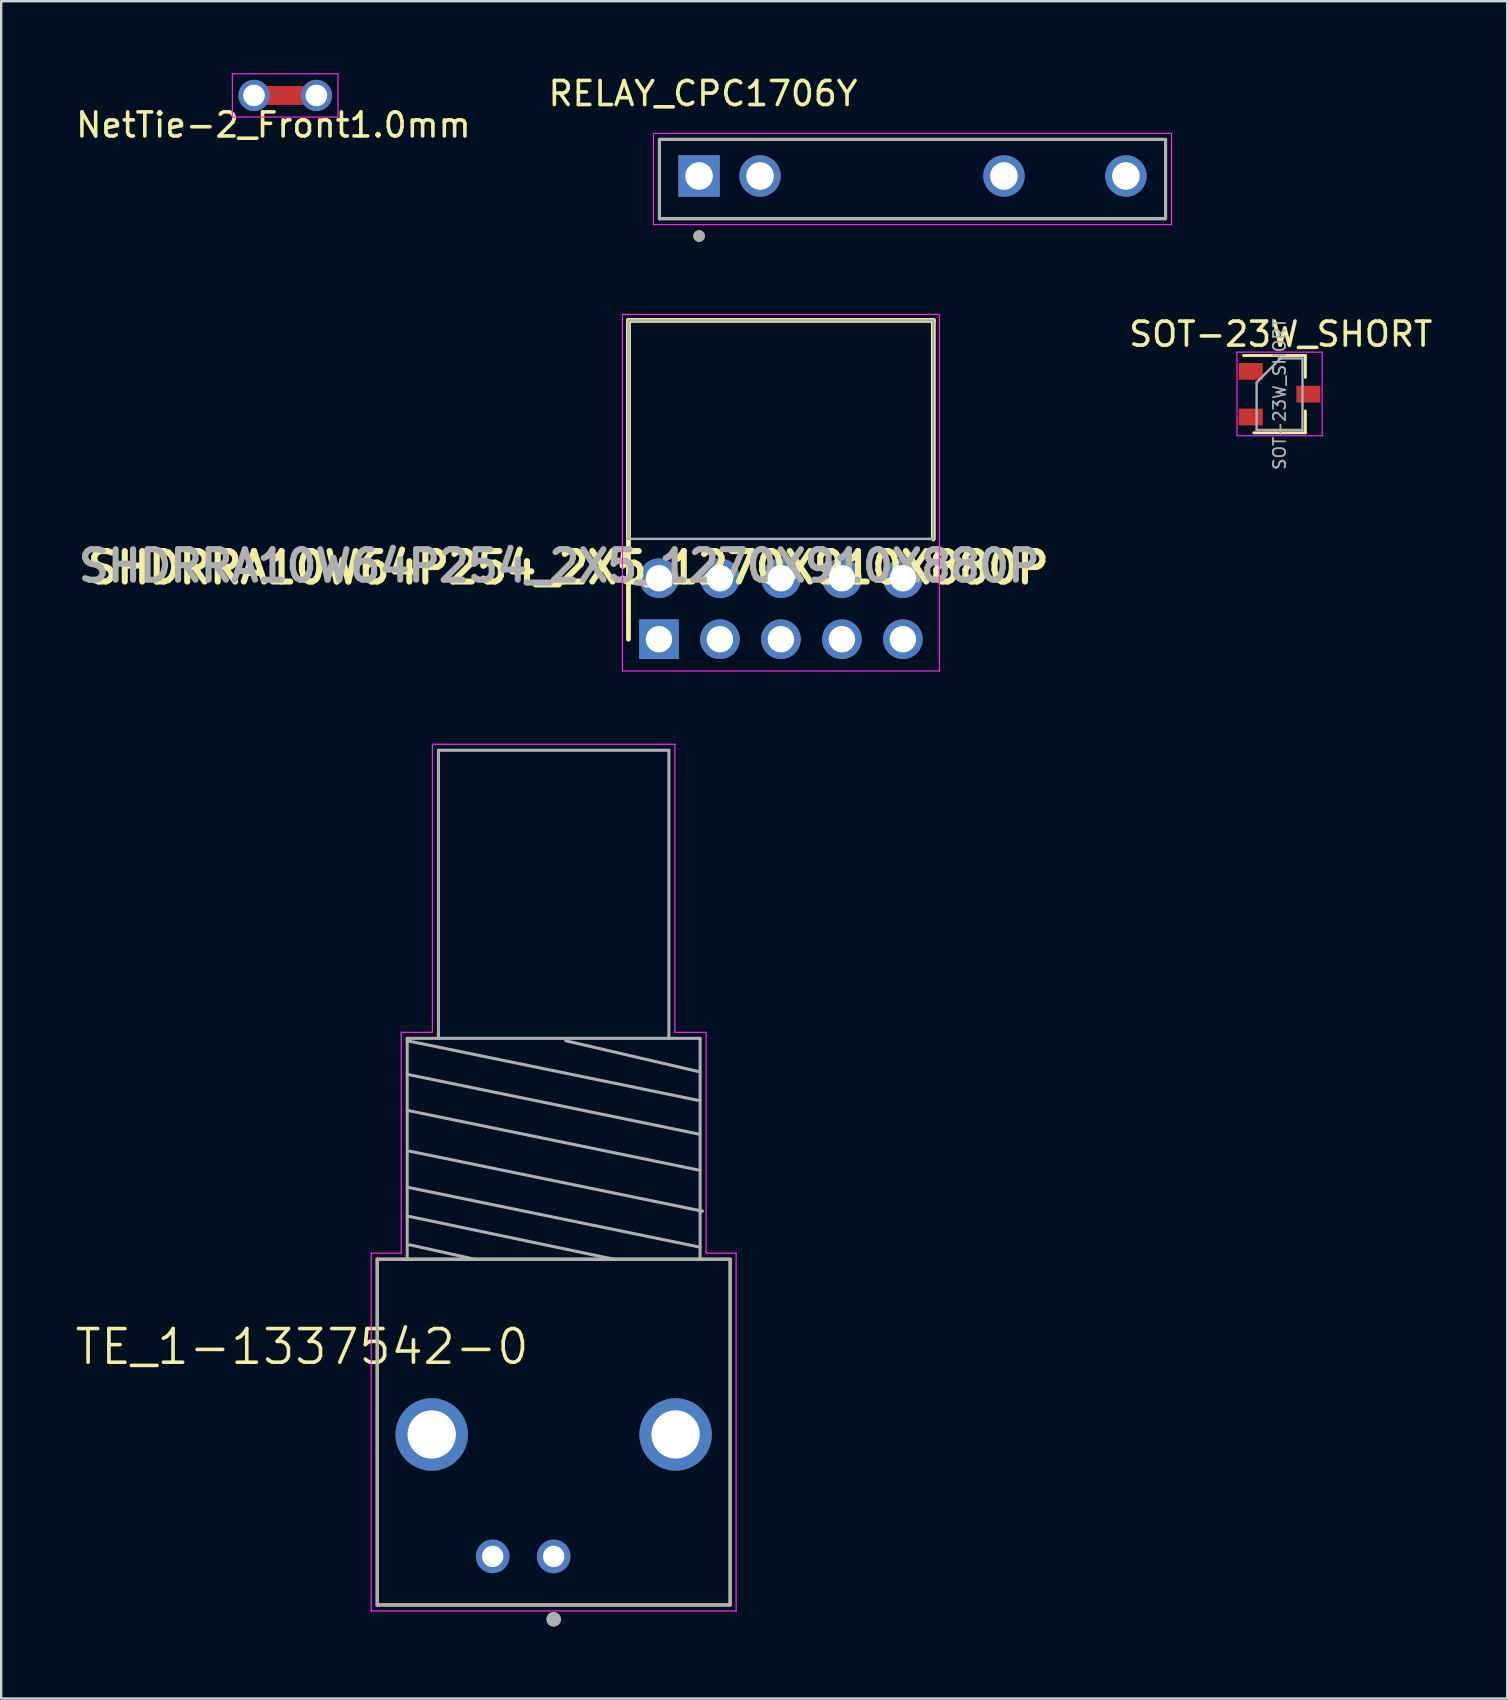
<source format=kicad_pcb>
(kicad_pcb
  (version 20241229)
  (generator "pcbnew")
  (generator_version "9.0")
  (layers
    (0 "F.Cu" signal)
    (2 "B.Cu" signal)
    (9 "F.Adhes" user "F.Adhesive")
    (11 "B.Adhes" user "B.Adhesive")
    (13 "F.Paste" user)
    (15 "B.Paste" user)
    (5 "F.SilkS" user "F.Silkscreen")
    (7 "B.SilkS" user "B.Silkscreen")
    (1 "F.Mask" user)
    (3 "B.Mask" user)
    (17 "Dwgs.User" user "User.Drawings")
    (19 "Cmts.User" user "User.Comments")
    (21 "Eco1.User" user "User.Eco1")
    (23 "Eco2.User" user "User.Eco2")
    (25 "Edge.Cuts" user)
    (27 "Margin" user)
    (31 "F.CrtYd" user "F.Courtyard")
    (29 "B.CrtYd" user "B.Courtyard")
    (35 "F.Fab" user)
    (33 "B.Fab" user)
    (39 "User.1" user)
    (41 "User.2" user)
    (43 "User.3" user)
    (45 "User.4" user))
  (footprint "SOT-23W_SHORT"
    (layer "F.Cu")
    (at 50.248 13.369)
    (property "Reference" "SOT-23W_SHORT" (at 0.05 -2.5 0) (layer "F.SilkS") (effects (font (size 1 1) (thickness 0.15))))
    (attr smd)
    (fp_line (start -1.5 -1.61) (end 1.075 -1.61) (stroke (width 0.12) (type solid)) (layer "F.SilkS"))
    (fp_line (start -1.075 1.61) (end 1.075 1.61) (stroke (width 0.12) (type solid)) (layer "F.SilkS"))
    (fp_line (start 1.075 -1.61) (end 1.075 -0.7) (stroke (width 0.12) (type solid)) (layer "F.SilkS"))
    (fp_line (start 1.075 0.7) (end 1.075 1.61) (stroke (width 0.12) (type solid)) (layer "F.SilkS"))
    (fp_line (start -1.775 -1.75) (end 1.775 -1.75) (stroke (width 0.05) (type solid)) (layer "F.CrtYd"))
    (fp_line (start -1.775 1.73) (end -1.775 -1.75) (stroke (width 0.05) (type solid)) (layer "F.CrtYd"))
    (fp_line (start 1.775 -1.75) (end 1.775 1.73) (stroke (width 0.05) (type solid)) (layer "F.CrtYd"))
    (fp_line (start 1.775 1.73) (end -1.775 1.73) (stroke (width 0.05) (type solid)) (layer "F.CrtYd"))
    (fp_line (start -0.955 -0.49) (end -0.955 1.49) (stroke (width 0.1) (type solid)) (layer "F.Fab"))
    (fp_line (start -0.955 -0.49) (end 0.045 -1.49) (stroke (width 0.1) (type solid)) (layer "F.Fab"))
    (fp_line (start -0.955 1.49) (end 0.955 1.49) (stroke (width 0.1) (type solid)) (layer "F.Fab"))
    (fp_line (start 0.045 -1.49) (end 0.955 -1.49) (stroke (width 0.1) (type solid)) (layer "F.Fab"))
    (fp_line (start 0.955 -1.49) (end 0.955 1.49) (stroke (width 0.1) (type solid)) (layer "F.Fab"))
    (fp_text user "${REFERENCE}" (at 0 0 90) (layer "F.Fab") (effects (font (size 0.5 0.5) (thickness 0.075))))
    (pad "1" smd rect (at -1.2 -0.95) (size 1 0.7) (layers "F.Cu" "F.Mask" "F.Paste"))
    (pad "2" smd rect (at -1.2 0.95) (size 1 0.7) (layers "F.Cu" "F.Mask" "F.Paste"))
    (pad "3" smd rect (at 1.2 0) (size 1 0.7) (layers "F.Cu" "F.Mask" "F.Paste")))
  (footprint "NetTie-2_Front1.0mm"
    (layer "F.Cu")
    (at 7.53 0.925)
    (property "Reference" "NetTie-2_Front1.0mm" (at 0.809 1.231 0) (layer "F.SilkS") (effects (font (size 1 1) (thickness 0.15))))
    (attr exclude_from_pos_files)
    (fp_poly (pts (xy 0 -0.396) (xy 2.6 -0.396) (xy 2.6 0.396) (xy 0 0.396)) (stroke (width 0) (type solid)) (fill yes) (layer "F.Cu"))
    (fp_line (start -0.9 -0.9) (end 3.5 -0.9) (stroke (width 0.05) (type solid)) (layer "F.CrtYd"))
    (fp_line (start -0.9 0.9) (end -0.9 -0.9) (stroke (width 0.05) (type solid)) (layer "F.CrtYd"))
    (fp_line (start 3.5 -0.9) (end 3.5 0.9) (stroke (width 0.05) (type solid)) (layer "F.CrtYd"))
    (fp_line (start 3.5 0.9) (end -0.9 0.9) (stroke (width 0.05) (type solid)) (layer "F.CrtYd"))
    (pad "1" thru_hole circle (at 0 0) (size 1.3 1.3) (drill 0.9) (layers "*.Cu"))
    (pad "2" thru_hole circle (at 2.6 0) (size 1.3 1.3) (drill 0.9) (layers "*.Cu")))
  (footprint "SHDRRA10W64P254_2X5_1270X910X880P"
    (layer "F.Cu")
    (at 24.398 23.576)
    (property "Reference" "SHDRRA10W64P254_2X5_1270X910X880P" (at -3.775 -2.978 0) (layer "F.SilkS") (effects (font (size 1.27 1.27) (thickness 0.254))))
    (attr through_hole)
    (fp_line (start -1.27 -13.28) (end 11.43 -13.28) (stroke (width 0.2) (type solid)) (layer "F.SilkS"))
    (fp_line (start -1.27 0) (end -1.27 -13.28) (stroke (width 0.2) (type solid)) (layer "F.SilkS"))
    (fp_line (start 11.43 -13.28) (end 11.43 -4.18) (stroke (width 0.2) (type solid)) (layer "F.SilkS"))
    (fp_line (start -1.52 -13.53) (end -1.52 1.325) (stroke (width 0.05) (type solid)) (layer "F.CrtYd"))
    (fp_line (start -1.52 1.325) (end 11.68 1.325) (stroke (width 0.05) (type solid)) (layer "F.CrtYd"))
    (fp_line (start 11.68 -13.53) (end -1.52 -13.53) (stroke (width 0.05) (type solid)) (layer "F.CrtYd"))
    (fp_line (start 11.68 1.325) (end 11.68 -13.53) (stroke (width 0.05) (type solid)) (layer "F.CrtYd"))
    (fp_line (start -1.27 -13.28) (end 11.43 -13.28) (stroke (width 0.1) (type solid)) (layer "F.Fab"))
    (fp_line (start -1.27 -4.18) (end -1.27 -13.28) (stroke (width 0.1) (type solid)) (layer "F.Fab"))
    (fp_line (start 11.43 -13.28) (end 11.43 -4.18) (stroke (width 0.1) (type solid)) (layer "F.Fab"))
    (fp_line (start 11.43 -4.18) (end -1.27 -4.18) (stroke (width 0.1) (type solid)) (layer "F.Fab"))
    (fp_text user "${REFERENCE}" (at -4.156 -3.054 0) (layer "F.Fab") (effects (font (size 1.27 1.27) (thickness 0.254))))
    (pad "1" thru_hole rect (at 0 0) (size 1.65 1.65) (drill 1.1) (layers "*.Cu" "*.Mask"))
    (pad "2" thru_hole circle (at 0 -2.54) (size 1.65 1.65) (drill 1.1) (layers "*.Cu" "*.Mask"))
    (pad "3" thru_hole circle (at 2.54 0) (size 1.65 1.65) (drill 1.1) (layers "*.Cu" "*.Mask"))
    (pad "4" thru_hole circle (at 2.54 -2.54) (size 1.65 1.65) (drill 1.1) (layers "*.Cu" "*.Mask"))
    (pad "5" thru_hole circle (at 5.08 0) (size 1.65 1.65) (drill 1.1) (layers "*.Cu" "*.Mask"))
    (pad "6" thru_hole circle (at 5.08 -2.54) (size 1.65 1.65) (drill 1.1) (layers "*.Cu" "*.Mask"))
    (pad "7" thru_hole circle (at 7.62 0) (size 1.65 1.65) (drill 1.1) (layers "*.Cu" "*.Mask"))
    (pad "8" thru_hole circle (at 7.62 -2.54) (size 1.65 1.65) (drill 1.1) (layers "*.Cu" "*.Mask"))
    (pad "9" thru_hole circle (at 10.16 0) (size 1.65 1.65) (drill 1.1) (layers "*.Cu" "*.Mask"))
    (pad "10" thru_hole circle (at 10.16 -2.54) (size 1.65 1.65) (drill 1.1) (layers "*.Cu" "*.Mask")))
  (footprint "RELAY_CPC1706Y"
    (layer "F.Cu")
    (at 26.069 4.281)
    (property "Reference" "RELAY_CPC1706Y" (at 0.163 -3.433 0) (layer "F.SilkS") (effects (font (size 1 1) (thickness 0.15))))
    (attr through_hole)
    (fp_line (start -1.651 -1.524) (end 19.431 -1.524) (stroke (width 0.127) (type solid)) (layer "F.SilkS"))
    (fp_line (start -1.651 1.778) (end -1.651 -1.524) (stroke (width 0.127) (type solid)) (layer "F.SilkS"))
    (fp_line (start 19.431 -1.524) (end 19.431 1.778) (stroke (width 0.127) (type solid)) (layer "F.SilkS"))
    (fp_line (start 19.431 1.778) (end -1.651 1.778) (stroke (width 0.127) (type solid)) (layer "F.SilkS"))
    (fp_circle (center 0 2.5) (end 0.12 2.5) (stroke (width 0.24) (type solid)) (fill no) (layer "F.SilkS"))
    (fp_line (start -1.901 -1.774) (end 19.681 -1.774) (stroke (width 0.05) (type solid)) (layer "F.CrtYd"))
    (fp_line (start -1.901 2.028) (end -1.901 -1.774) (stroke (width 0.05) (type solid)) (layer "F.CrtYd"))
    (fp_line (start 19.681 -1.774) (end 19.681 2.028) (stroke (width 0.05) (type solid)) (layer "F.CrtYd"))
    (fp_line (start 19.681 2.028) (end -1.901 2.028) (stroke (width 0.05) (type solid)) (layer "F.CrtYd"))
    (fp_line (start -1.651 -1.524) (end 19.431 -1.524) (stroke (width 0.127) (type solid)) (layer "F.Fab"))
    (fp_line (start -1.651 1.778) (end -1.651 -1.524) (stroke (width 0.127) (type solid)) (layer "F.Fab"))
    (fp_line (start 19.431 -1.524) (end 19.431 1.778) (stroke (width 0.127) (type solid)) (layer "F.Fab"))
    (fp_line (start 19.431 1.778) (end -1.651 1.778) (stroke (width 0.127) (type solid)) (layer "F.Fab"))
    (fp_circle (center 0 2.5) (end 0.12 2.5) (stroke (width 0.24) (type solid)) (fill no) (layer "F.Fab"))
    (pad "1" thru_hole rect (at 0 0) (size 1.725 1.725) (drill 1.15) (layers "*.Cu" "*.Mask"))
    (pad "2" thru_hole circle (at 2.54 0) (size 1.725 1.725) (drill 1.15) (layers "*.Cu" "*.Mask"))
    (pad "3" thru_hole circle (at 12.7 0) (size 1.725 1.725) (drill 1.15) (layers "*.Cu" "*.Mask"))
    (pad "4" thru_hole circle (at 17.78 0) (size 1.725 1.725) (drill 1.15) (layers "*.Cu" "*.Mask")))
  (footprint "TE_1-1337542-0"
    (layer "F.Cu")
    (at 20.012 56.701)
    (property "Reference" "TE_1-1337542-0" (at -10.48 -3.65 180) (layer "F.SilkS") (effects (font (size 1.402 1.402) (thickness 0.15))))
    (attr through_hole)
    (fp_line (start -7.35 -7.3) (end -6.1 -7.3) (stroke (width 0.127) (type solid)) (layer "F.SilkS"))
    (fp_line (start -7.35 7.1) (end -7.35 -7.3) (stroke (width 0.127) (type solid)) (layer "F.SilkS"))
    (fp_line (start -6.1 -7.3) (end 6.1 -7.3) (stroke (width 0.127) (type solid)) (layer "F.SilkS"))
    (fp_line (start 6.1 -7.3) (end 7.35 -7.3) (stroke (width 0.127) (type solid)) (layer "F.SilkS"))
    (fp_line (start 7.35 -7.3) (end 7.35 7.1) (stroke (width 0.127) (type solid)) (layer "F.SilkS"))
    (fp_line (start 7.35 7.1) (end -7.35 7.1) (stroke (width 0.127) (type solid)) (layer "F.SilkS"))
    (fp_circle (center 0 7.7) (end 0.15 7.7) (stroke (width 0.3) (type solid)) (fill no) (layer "F.SilkS"))
    (fp_line (start -7.6 -7.55) (end -6.35 -7.55) (stroke (width 0.05) (type solid)) (layer "F.CrtYd"))
    (fp_line (start -7.6 7.35) (end -7.6 -7.55) (stroke (width 0.05) (type solid)) (layer "F.CrtYd"))
    (fp_line (start -6.35 -16.75) (end -5.05 -16.75) (stroke (width 0.05) (type solid)) (layer "F.CrtYd"))
    (fp_line (start -6.35 -7.55) (end -6.35 -16.75) (stroke (width 0.05) (type solid)) (layer "F.CrtYd"))
    (fp_line (start -5.05 -28.75) (end 5.05 -28.75) (stroke (width 0.05) (type solid)) (layer "F.CrtYd"))
    (fp_line (start -5.05 -16.75) (end -5.05 -28.75) (stroke (width 0.05) (type solid)) (layer "F.CrtYd"))
    (fp_line (start 5.05 -28.75) (end 5.05 -16.75) (stroke (width 0.05) (type solid)) (layer "F.CrtYd"))
    (fp_line (start 5.05 -16.75) (end 6.35 -16.75) (stroke (width 0.05) (type solid)) (layer "F.CrtYd"))
    (fp_line (start 6.35 -16.75) (end 6.35 -7.55) (stroke (width 0.05) (type solid)) (layer "F.CrtYd"))
    (fp_line (start 6.35 -7.55) (end 7.6 -7.55) (stroke (width 0.05) (type solid)) (layer "F.CrtYd"))
    (fp_line (start 7.6 -7.55) (end 7.6 7.35) (stroke (width 0.05) (type solid)) (layer "F.CrtYd"))
    (fp_line (start 7.6 7.35) (end -7.6 7.35) (stroke (width 0.05) (type solid)) (layer "F.CrtYd"))
    (fp_line (start -7.35 -7.3) (end -3.3 -7.3) (stroke (width 0.127) (type solid)) (layer "F.Fab"))
    (fp_line (start -7.35 7.1) (end -7.35 -7.3) (stroke (width 0.127) (type solid)) (layer "F.Fab"))
    (fp_line (start -6.1 -16.5) (end -4.8 -16.5) (stroke (width 0.127) (type solid)) (layer "F.Fab"))
    (fp_line (start -6.1 -16.4) (end 6.1 -13.9) (stroke (width 0.127) (type solid)) (layer "F.Fab"))
    (fp_line (start -6.1 -15) (end 6.1 -12.5) (stroke (width 0.127) (type solid)) (layer "F.Fab"))
    (fp_line (start -6.1 -13.5) (end 6.1 -11) (stroke (width 0.127) (type solid)) (layer "F.Fab"))
    (fp_line (start -6.1 -10.3) (end 6.1 -7.8) (stroke (width 0.127) (type solid)) (layer "F.Fab"))
    (fp_line (start -6.1 -9.1) (end 2.5 -7.3) (stroke (width 0.127) (type solid)) (layer "F.Fab"))
    (fp_line (start -6.1 -7.3) (end -6.1 -16.5) (stroke (width 0.127) (type solid)) (layer "F.Fab"))
    (fp_line (start -6 -11.8) (end 6.2 -9.3) (stroke (width 0.127) (type solid)) (layer "F.Fab"))
    (fp_line (start -6 -7.9) (end -3.3 -7.3) (stroke (width 0.127) (type solid)) (layer "F.Fab"))
    (fp_line (start -4.8 -28.5) (end 4.8 -28.5) (stroke (width 0.127) (type solid)) (layer "F.Fab"))
    (fp_line (start -4.8 -16.5) (end -4.8 -28.5) (stroke (width 0.127) (type solid)) (layer "F.Fab"))
    (fp_line (start -4.8 -16.5) (end 4.8 -16.5) (stroke (width 0.127) (type solid)) (layer "F.Fab"))
    (fp_line (start -3.3 -7.3) (end 2.5 -7.3) (stroke (width 0.127) (type solid)) (layer "F.Fab"))
    (fp_line (start 0.5 -16.4) (end 6.1 -15.1) (stroke (width 0.127) (type solid)) (layer "F.Fab"))
    (fp_line (start 2.5 -7.3) (end 7.35 -7.3) (stroke (width 0.127) (type solid)) (layer "F.Fab"))
    (fp_line (start 4.8 -28.5) (end 4.8 -16.5) (stroke (width 0.127) (type solid)) (layer "F.Fab"))
    (fp_line (start 4.8 -16.5) (end 6.1 -16.5) (stroke (width 0.127) (type solid)) (layer "F.Fab"))
    (fp_line (start 6.1 -16.5) (end 6.1 -7.3) (stroke (width 0.127) (type solid)) (layer "F.Fab"))
    (fp_line (start 7.35 -7.3) (end 7.35 7.1) (stroke (width 0.127) (type solid)) (layer "F.Fab"))
    (fp_line (start 7.35 7.1) (end -7.35 7.1) (stroke (width 0.127) (type solid)) (layer "F.Fab"))
    (fp_circle (center 0 7.7) (end 0.15 7.7) (stroke (width 0.3) (type solid)) (fill no) (layer "F.Fab"))
    (pad "1" thru_hole circle (at 0 5.08) (size 1.398 1.398) (drill 0.89) (layers "*.Cu" "*.Mask"))
    (pad "2" thru_hole circle (at -2.54 5.08) (size 1.398 1.398) (drill 0.89) (layers "*.Cu" "*.Mask"))
    (pad "3" thru_hole circle (at 5.08 0) (size 3.015 3.015) (drill 2.01) (layers "*.Cu" "*.Mask"))
    (pad "4" thru_hole circle (at -5.08 0) (size 3.015 3.015) (drill 2.01) (layers "*.Cu" "*.Mask")))
  (gr_rect
    (start -3 -3)
    (end 59.733 67.701)
    (stroke (width 0.1) (type default))
    (fill no)
    (layer "Edge.Cuts")))
</source>
